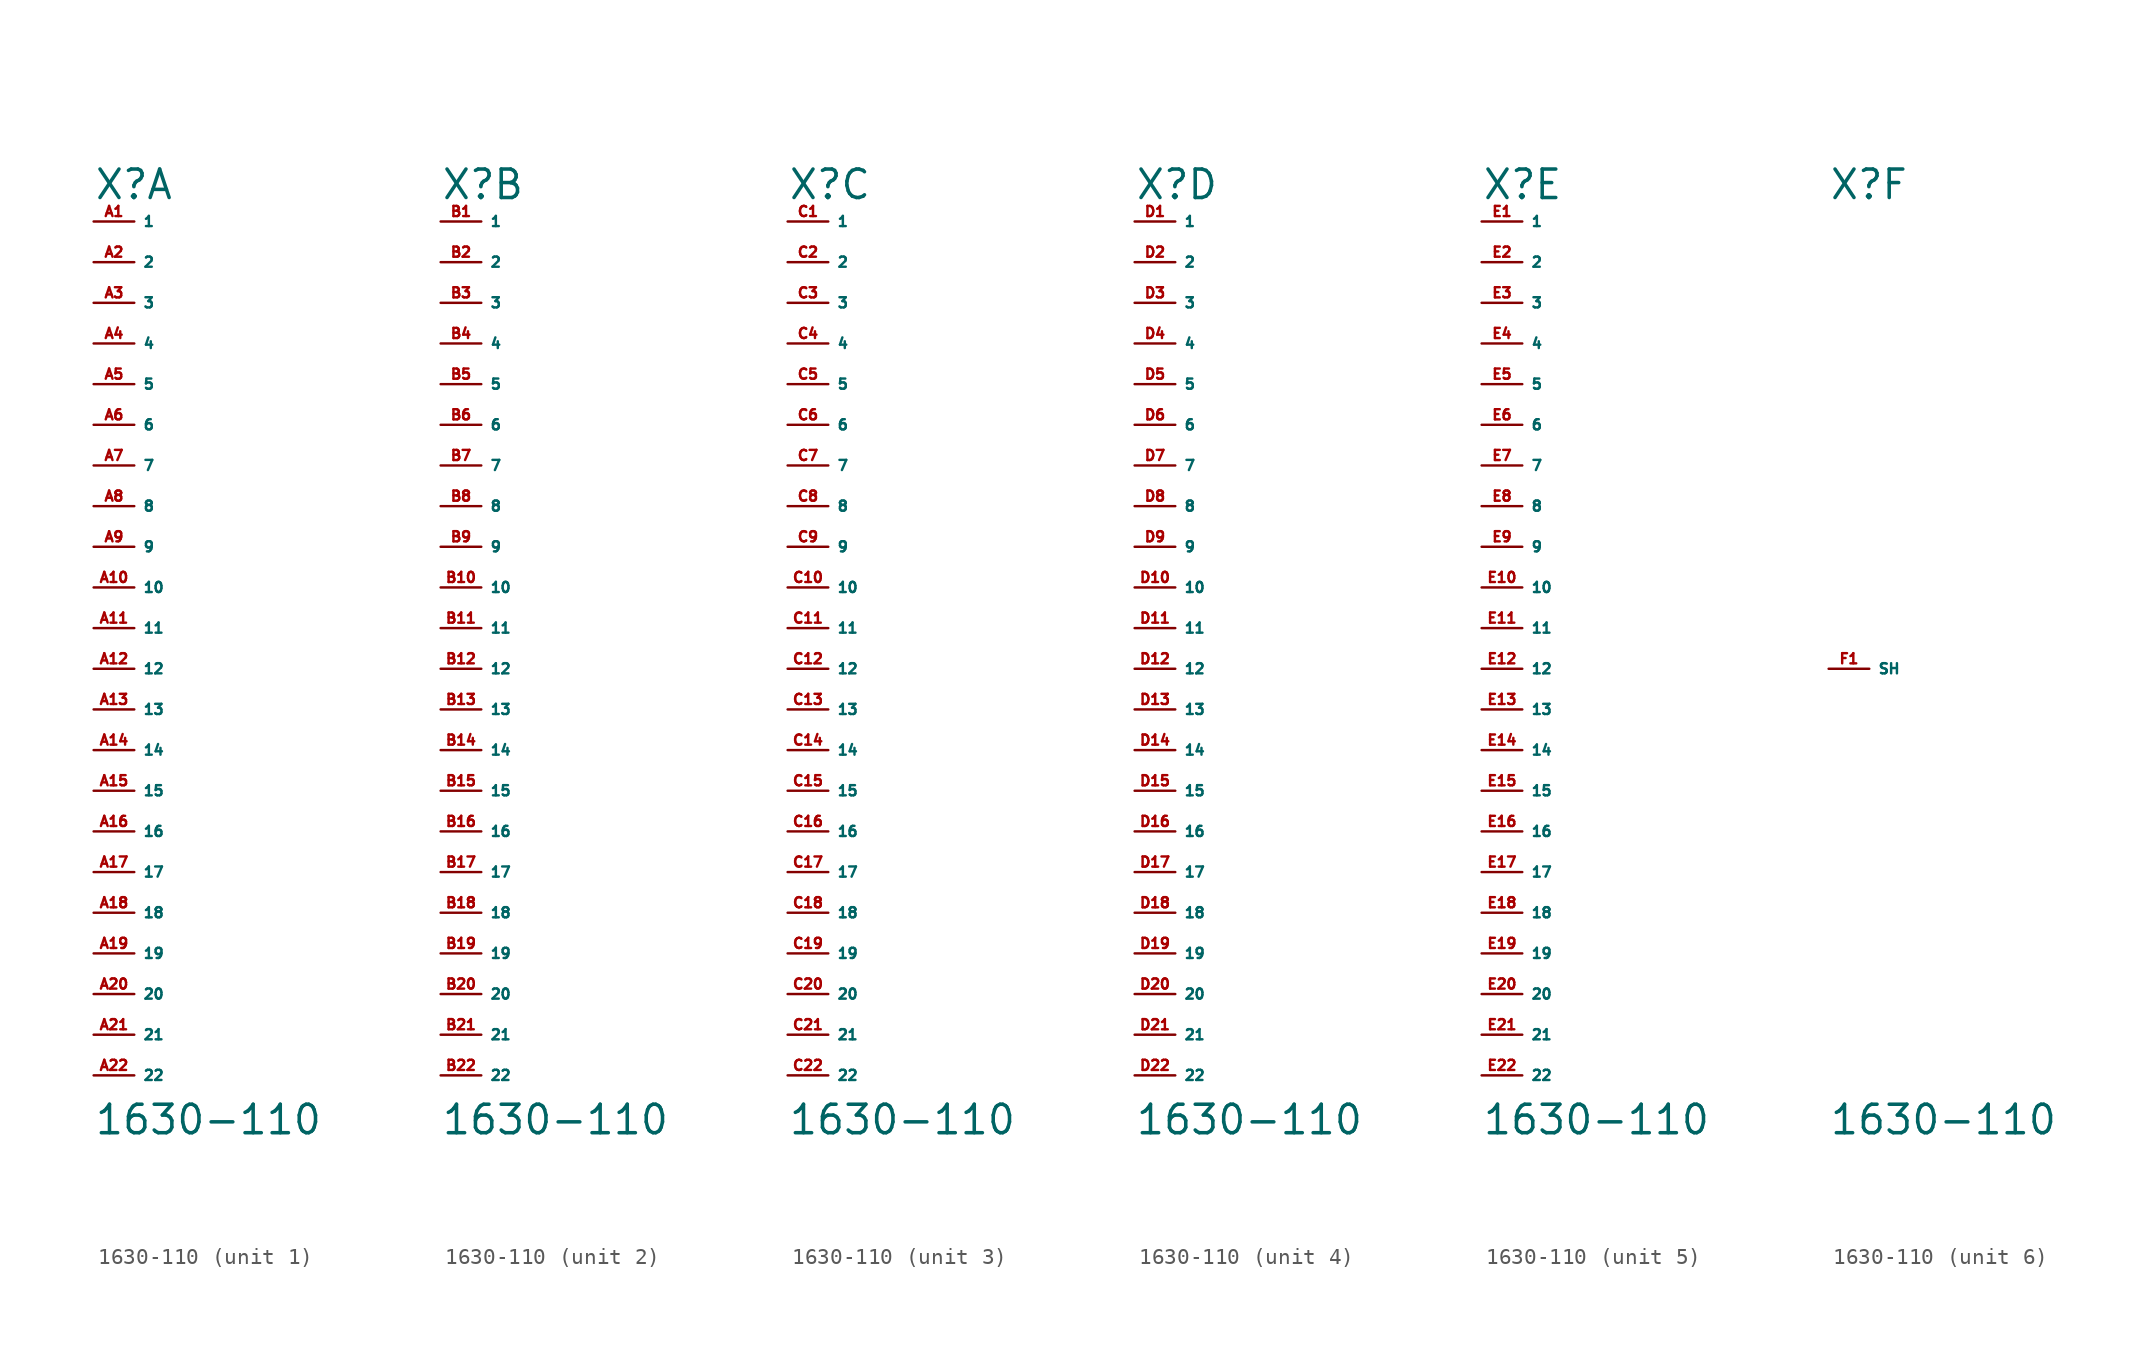
<source format=kicad_sym>
(kicad_symbol_lib
  (version 20220914)
  (generator Eagle2Kicad)
  (symbol "1630-110"
    (property "Reference" "X"
      (at -2.54 29.21 0)
      (effects (font (size 1.778 1.778) (thickness 0.22)) (justify left bottom)))
    (property "Value" "1630-110"
      (at -2.54 -29.21 0)
      (effects (font (size 1.778 1.778) (thickness 0.22)) (justify left bottom)))
    (symbol "1630-110_1_0"
      (pin passive line (at -2.54 27.94 0) (length 2.54) (name "1" (effects (font (size 0.635 0.635) (thickness 0.08)) (justify left bottom))) (number "A1" (effects (font (size 0.635 0.635) (thickness 0.08)) (justify left bottom))))
      (pin passive line (at -2.54 25.4 0) (length 2.54) (name "2" (effects (font (size 0.635 0.635) (thickness 0.08)) (justify left bottom))) (number "A2" (effects (font (size 0.635 0.635) (thickness 0.08)) (justify left bottom))))
      (pin passive line (at -2.54 22.86 0) (length 2.54) (name "3" (effects (font (size 0.635 0.635) (thickness 0.08)) (justify left bottom))) (number "A3" (effects (font (size 0.635 0.635) (thickness 0.08)) (justify left bottom))))
      (pin passive line (at -2.54 20.32 0) (length 2.54) (name "4" (effects (font (size 0.635 0.635) (thickness 0.08)) (justify left bottom))) (number "A4" (effects (font (size 0.635 0.635) (thickness 0.08)) (justify left bottom))))
      (pin passive line (at -2.54 17.78 0) (length 2.54) (name "5" (effects (font (size 0.635 0.635) (thickness 0.08)) (justify left bottom))) (number "A5" (effects (font (size 0.635 0.635) (thickness 0.08)) (justify left bottom))))
      (pin passive line (at -2.54 15.24 0) (length 2.54) (name "6" (effects (font (size 0.635 0.635) (thickness 0.08)) (justify left bottom))) (number "A6" (effects (font (size 0.635 0.635) (thickness 0.08)) (justify left bottom))))
      (pin passive line (at -2.54 12.7 0) (length 2.54) (name "7" (effects (font (size 0.635 0.635) (thickness 0.08)) (justify left bottom))) (number "A7" (effects (font (size 0.635 0.635) (thickness 0.08)) (justify left bottom))))
      (pin passive line (at -2.54 10.16 0) (length 2.54) (name "8" (effects (font (size 0.635 0.635) (thickness 0.08)) (justify left bottom))) (number "A8" (effects (font (size 0.635 0.635) (thickness 0.08)) (justify left bottom))))
      (pin passive line (at -2.54 7.62 0) (length 2.54) (name "9" (effects (font (size 0.635 0.635) (thickness 0.08)) (justify left bottom))) (number "A9" (effects (font (size 0.635 0.635) (thickness 0.08)) (justify left bottom))))
      (pin passive line (at -2.54 5.08 0) (length 2.54) (name "10" (effects (font (size 0.635 0.635) (thickness 0.08)) (justify left bottom))) (number "A10" (effects (font (size 0.635 0.635) (thickness 0.08)) (justify left bottom))))
      (pin passive line (at -2.54 2.54 0) (length 2.54) (name "11" (effects (font (size 0.635 0.635) (thickness 0.08)) (justify left bottom))) (number "A11" (effects (font (size 0.635 0.635) (thickness 0.08)) (justify left bottom))))
      (pin passive line (at -2.54 0 0) (length 2.54) (name "12" (effects (font (size 0.635 0.635) (thickness 0.08)) (justify left bottom))) (number "A12" (effects (font (size 0.635 0.635) (thickness 0.08)) (justify left bottom))))
      (pin passive line (at -2.54 -2.54 0) (length 2.54) (name "13" (effects (font (size 0.635 0.635) (thickness 0.08)) (justify left bottom))) (number "A13" (effects (font (size 0.635 0.635) (thickness 0.08)) (justify left bottom))))
      (pin passive line (at -2.54 -5.08 0) (length 2.54) (name "14" (effects (font (size 0.635 0.635) (thickness 0.08)) (justify left bottom))) (number "A14" (effects (font (size 0.635 0.635) (thickness 0.08)) (justify left bottom))))
      (pin passive line (at -2.54 -7.62 0) (length 2.54) (name "15" (effects (font (size 0.635 0.635) (thickness 0.08)) (justify left bottom))) (number "A15" (effects (font (size 0.635 0.635) (thickness 0.08)) (justify left bottom))))
      (pin passive line (at -2.54 -10.16 0) (length 2.54) (name "16" (effects (font (size 0.635 0.635) (thickness 0.08)) (justify left bottom))) (number "A16" (effects (font (size 0.635 0.635) (thickness 0.08)) (justify left bottom))))
      (pin passive line (at -2.54 -12.7 0) (length 2.54) (name "17" (effects (font (size 0.635 0.635) (thickness 0.08)) (justify left bottom))) (number "A17" (effects (font (size 0.635 0.635) (thickness 0.08)) (justify left bottom))))
      (pin passive line (at -2.54 -15.24 0) (length 2.54) (name "18" (effects (font (size 0.635 0.635) (thickness 0.08)) (justify left bottom))) (number "A18" (effects (font (size 0.635 0.635) (thickness 0.08)) (justify left bottom))))
      (pin passive line (at -2.54 -17.78 0) (length 2.54) (name "19" (effects (font (size 0.635 0.635) (thickness 0.08)) (justify left bottom))) (number "A19" (effects (font (size 0.635 0.635) (thickness 0.08)) (justify left bottom))))
      (pin passive line (at -2.54 -20.32 0) (length 2.54) (name "20" (effects (font (size 0.635 0.635) (thickness 0.08)) (justify left bottom))) (number "A20" (effects (font (size 0.635 0.635) (thickness 0.08)) (justify left bottom))))
      (pin passive line (at -2.54 -22.86 0) (length 2.54) (name "21" (effects (font (size 0.635 0.635) (thickness 0.08)) (justify left bottom))) (number "A21" (effects (font (size 0.635 0.635) (thickness 0.08)) (justify left bottom))))
      (pin passive line (at -2.54 -25.4 0) (length 2.54) (name "22" (effects (font (size 0.635 0.635) (thickness 0.08)) (justify left bottom))) (number "A22" (effects (font (size 0.635 0.635) (thickness 0.08)) (justify left bottom)))))
    (symbol "1630-110_2_0"
      (pin passive line (at -2.54 27.94 0) (length 2.54) (name "1" (effects (font (size 0.635 0.635) (thickness 0.08)) (justify left bottom))) (number "B1" (effects (font (size 0.635 0.635) (thickness 0.08)) (justify left bottom))))
      (pin passive line (at -2.54 25.4 0) (length 2.54) (name "2" (effects (font (size 0.635 0.635) (thickness 0.08)) (justify left bottom))) (number "B2" (effects (font (size 0.635 0.635) (thickness 0.08)) (justify left bottom))))
      (pin passive line (at -2.54 22.86 0) (length 2.54) (name "3" (effects (font (size 0.635 0.635) (thickness 0.08)) (justify left bottom))) (number "B3" (effects (font (size 0.635 0.635) (thickness 0.08)) (justify left bottom))))
      (pin passive line (at -2.54 20.32 0) (length 2.54) (name "4" (effects (font (size 0.635 0.635) (thickness 0.08)) (justify left bottom))) (number "B4" (effects (font (size 0.635 0.635) (thickness 0.08)) (justify left bottom))))
      (pin passive line (at -2.54 17.78 0) (length 2.54) (name "5" (effects (font (size 0.635 0.635) (thickness 0.08)) (justify left bottom))) (number "B5" (effects (font (size 0.635 0.635) (thickness 0.08)) (justify left bottom))))
      (pin passive line (at -2.54 15.24 0) (length 2.54) (name "6" (effects (font (size 0.635 0.635) (thickness 0.08)) (justify left bottom))) (number "B6" (effects (font (size 0.635 0.635) (thickness 0.08)) (justify left bottom))))
      (pin passive line (at -2.54 12.7 0) (length 2.54) (name "7" (effects (font (size 0.635 0.635) (thickness 0.08)) (justify left bottom))) (number "B7" (effects (font (size 0.635 0.635) (thickness 0.08)) (justify left bottom))))
      (pin passive line (at -2.54 10.16 0) (length 2.54) (name "8" (effects (font (size 0.635 0.635) (thickness 0.08)) (justify left bottom))) (number "B8" (effects (font (size 0.635 0.635) (thickness 0.08)) (justify left bottom))))
      (pin passive line (at -2.54 7.62 0) (length 2.54) (name "9" (effects (font (size 0.635 0.635) (thickness 0.08)) (justify left bottom))) (number "B9" (effects (font (size 0.635 0.635) (thickness 0.08)) (justify left bottom))))
      (pin passive line (at -2.54 5.08 0) (length 2.54) (name "10" (effects (font (size 0.635 0.635) (thickness 0.08)) (justify left bottom))) (number "B10" (effects (font (size 0.635 0.635) (thickness 0.08)) (justify left bottom))))
      (pin passive line (at -2.54 2.54 0) (length 2.54) (name "11" (effects (font (size 0.635 0.635) (thickness 0.08)) (justify left bottom))) (number "B11" (effects (font (size 0.635 0.635) (thickness 0.08)) (justify left bottom))))
      (pin passive line (at -2.54 0 0) (length 2.54) (name "12" (effects (font (size 0.635 0.635) (thickness 0.08)) (justify left bottom))) (number "B12" (effects (font (size 0.635 0.635) (thickness 0.08)) (justify left bottom))))
      (pin passive line (at -2.54 -2.54 0) (length 2.54) (name "13" (effects (font (size 0.635 0.635) (thickness 0.08)) (justify left bottom))) (number "B13" (effects (font (size 0.635 0.635) (thickness 0.08)) (justify left bottom))))
      (pin passive line (at -2.54 -5.08 0) (length 2.54) (name "14" (effects (font (size 0.635 0.635) (thickness 0.08)) (justify left bottom))) (number "B14" (effects (font (size 0.635 0.635) (thickness 0.08)) (justify left bottom))))
      (pin passive line (at -2.54 -7.62 0) (length 2.54) (name "15" (effects (font (size 0.635 0.635) (thickness 0.08)) (justify left bottom))) (number "B15" (effects (font (size 0.635 0.635) (thickness 0.08)) (justify left bottom))))
      (pin passive line (at -2.54 -10.16 0) (length 2.54) (name "16" (effects (font (size 0.635 0.635) (thickness 0.08)) (justify left bottom))) (number "B16" (effects (font (size 0.635 0.635) (thickness 0.08)) (justify left bottom))))
      (pin passive line (at -2.54 -12.7 0) (length 2.54) (name "17" (effects (font (size 0.635 0.635) (thickness 0.08)) (justify left bottom))) (number "B17" (effects (font (size 0.635 0.635) (thickness 0.08)) (justify left bottom))))
      (pin passive line (at -2.54 -15.24 0) (length 2.54) (name "18" (effects (font (size 0.635 0.635) (thickness 0.08)) (justify left bottom))) (number "B18" (effects (font (size 0.635 0.635) (thickness 0.08)) (justify left bottom))))
      (pin passive line (at -2.54 -17.78 0) (length 2.54) (name "19" (effects (font (size 0.635 0.635) (thickness 0.08)) (justify left bottom))) (number "B19" (effects (font (size 0.635 0.635) (thickness 0.08)) (justify left bottom))))
      (pin passive line (at -2.54 -20.32 0) (length 2.54) (name "20" (effects (font (size 0.635 0.635) (thickness 0.08)) (justify left bottom))) (number "B20" (effects (font (size 0.635 0.635) (thickness 0.08)) (justify left bottom))))
      (pin passive line (at -2.54 -22.86 0) (length 2.54) (name "21" (effects (font (size 0.635 0.635) (thickness 0.08)) (justify left bottom))) (number "B21" (effects (font (size 0.635 0.635) (thickness 0.08)) (justify left bottom))))
      (pin passive line (at -2.54 -25.4 0) (length 2.54) (name "22" (effects (font (size 0.635 0.635) (thickness 0.08)) (justify left bottom))) (number "B22" (effects (font (size 0.635 0.635) (thickness 0.08)) (justify left bottom)))))
    (symbol "1630-110_3_0"
      (pin passive line (at -2.54 27.94 0) (length 2.54) (name "1" (effects (font (size 0.635 0.635) (thickness 0.08)) (justify left bottom))) (number "C1" (effects (font (size 0.635 0.635) (thickness 0.08)) (justify left bottom))))
      (pin passive line (at -2.54 25.4 0) (length 2.54) (name "2" (effects (font (size 0.635 0.635) (thickness 0.08)) (justify left bottom))) (number "C2" (effects (font (size 0.635 0.635) (thickness 0.08)) (justify left bottom))))
      (pin passive line (at -2.54 22.86 0) (length 2.54) (name "3" (effects (font (size 0.635 0.635) (thickness 0.08)) (justify left bottom))) (number "C3" (effects (font (size 0.635 0.635) (thickness 0.08)) (justify left bottom))))
      (pin passive line (at -2.54 20.32 0) (length 2.54) (name "4" (effects (font (size 0.635 0.635) (thickness 0.08)) (justify left bottom))) (number "C4" (effects (font (size 0.635 0.635) (thickness 0.08)) (justify left bottom))))
      (pin passive line (at -2.54 17.78 0) (length 2.54) (name "5" (effects (font (size 0.635 0.635) (thickness 0.08)) (justify left bottom))) (number "C5" (effects (font (size 0.635 0.635) (thickness 0.08)) (justify left bottom))))
      (pin passive line (at -2.54 15.24 0) (length 2.54) (name "6" (effects (font (size 0.635 0.635) (thickness 0.08)) (justify left bottom))) (number "C6" (effects (font (size 0.635 0.635) (thickness 0.08)) (justify left bottom))))
      (pin passive line (at -2.54 12.7 0) (length 2.54) (name "7" (effects (font (size 0.635 0.635) (thickness 0.08)) (justify left bottom))) (number "C7" (effects (font (size 0.635 0.635) (thickness 0.08)) (justify left bottom))))
      (pin passive line (at -2.54 10.16 0) (length 2.54) (name "8" (effects (font (size 0.635 0.635) (thickness 0.08)) (justify left bottom))) (number "C8" (effects (font (size 0.635 0.635) (thickness 0.08)) (justify left bottom))))
      (pin passive line (at -2.54 7.62 0) (length 2.54) (name "9" (effects (font (size 0.635 0.635) (thickness 0.08)) (justify left bottom))) (number "C9" (effects (font (size 0.635 0.635) (thickness 0.08)) (justify left bottom))))
      (pin passive line (at -2.54 5.08 0) (length 2.54) (name "10" (effects (font (size 0.635 0.635) (thickness 0.08)) (justify left bottom))) (number "C10" (effects (font (size 0.635 0.635) (thickness 0.08)) (justify left bottom))))
      (pin passive line (at -2.54 2.54 0) (length 2.54) (name "11" (effects (font (size 0.635 0.635) (thickness 0.08)) (justify left bottom))) (number "C11" (effects (font (size 0.635 0.635) (thickness 0.08)) (justify left bottom))))
      (pin passive line (at -2.54 0 0) (length 2.54) (name "12" (effects (font (size 0.635 0.635) (thickness 0.08)) (justify left bottom))) (number "C12" (effects (font (size 0.635 0.635) (thickness 0.08)) (justify left bottom))))
      (pin passive line (at -2.54 -2.54 0) (length 2.54) (name "13" (effects (font (size 0.635 0.635) (thickness 0.08)) (justify left bottom))) (number "C13" (effects (font (size 0.635 0.635) (thickness 0.08)) (justify left bottom))))
      (pin passive line (at -2.54 -5.08 0) (length 2.54) (name "14" (effects (font (size 0.635 0.635) (thickness 0.08)) (justify left bottom))) (number "C14" (effects (font (size 0.635 0.635) (thickness 0.08)) (justify left bottom))))
      (pin passive line (at -2.54 -7.62 0) (length 2.54) (name "15" (effects (font (size 0.635 0.635) (thickness 0.08)) (justify left bottom))) (number "C15" (effects (font (size 0.635 0.635) (thickness 0.08)) (justify left bottom))))
      (pin passive line (at -2.54 -10.16 0) (length 2.54) (name "16" (effects (font (size 0.635 0.635) (thickness 0.08)) (justify left bottom))) (number "C16" (effects (font (size 0.635 0.635) (thickness 0.08)) (justify left bottom))))
      (pin passive line (at -2.54 -12.7 0) (length 2.54) (name "17" (effects (font (size 0.635 0.635) (thickness 0.08)) (justify left bottom))) (number "C17" (effects (font (size 0.635 0.635) (thickness 0.08)) (justify left bottom))))
      (pin passive line (at -2.54 -15.24 0) (length 2.54) (name "18" (effects (font (size 0.635 0.635) (thickness 0.08)) (justify left bottom))) (number "C18" (effects (font (size 0.635 0.635) (thickness 0.08)) (justify left bottom))))
      (pin passive line (at -2.54 -17.78 0) (length 2.54) (name "19" (effects (font (size 0.635 0.635) (thickness 0.08)) (justify left bottom))) (number "C19" (effects (font (size 0.635 0.635) (thickness 0.08)) (justify left bottom))))
      (pin passive line (at -2.54 -20.32 0) (length 2.54) (name "20" (effects (font (size 0.635 0.635) (thickness 0.08)) (justify left bottom))) (number "C20" (effects (font (size 0.635 0.635) (thickness 0.08)) (justify left bottom))))
      (pin passive line (at -2.54 -22.86 0) (length 2.54) (name "21" (effects (font (size 0.635 0.635) (thickness 0.08)) (justify left bottom))) (number "C21" (effects (font (size 0.635 0.635) (thickness 0.08)) (justify left bottom))))
      (pin passive line (at -2.54 -25.4 0) (length 2.54) (name "22" (effects (font (size 0.635 0.635) (thickness 0.08)) (justify left bottom))) (number "C22" (effects (font (size 0.635 0.635) (thickness 0.08)) (justify left bottom)))))
    (symbol "1630-110_4_0"
      (pin passive line (at -2.54 27.94 0) (length 2.54) (name "1" (effects (font (size 0.635 0.635) (thickness 0.08)) (justify left bottom))) (number "D1" (effects (font (size 0.635 0.635) (thickness 0.08)) (justify left bottom))))
      (pin passive line (at -2.54 25.4 0) (length 2.54) (name "2" (effects (font (size 0.635 0.635) (thickness 0.08)) (justify left bottom))) (number "D2" (effects (font (size 0.635 0.635) (thickness 0.08)) (justify left bottom))))
      (pin passive line (at -2.54 22.86 0) (length 2.54) (name "3" (effects (font (size 0.635 0.635) (thickness 0.08)) (justify left bottom))) (number "D3" (effects (font (size 0.635 0.635) (thickness 0.08)) (justify left bottom))))
      (pin passive line (at -2.54 20.32 0) (length 2.54) (name "4" (effects (font (size 0.635 0.635) (thickness 0.08)) (justify left bottom))) (number "D4" (effects (font (size 0.635 0.635) (thickness 0.08)) (justify left bottom))))
      (pin passive line (at -2.54 17.78 0) (length 2.54) (name "5" (effects (font (size 0.635 0.635) (thickness 0.08)) (justify left bottom))) (number "D5" (effects (font (size 0.635 0.635) (thickness 0.08)) (justify left bottom))))
      (pin passive line (at -2.54 15.24 0) (length 2.54) (name "6" (effects (font (size 0.635 0.635) (thickness 0.08)) (justify left bottom))) (number "D6" (effects (font (size 0.635 0.635) (thickness 0.08)) (justify left bottom))))
      (pin passive line (at -2.54 12.7 0) (length 2.54) (name "7" (effects (font (size 0.635 0.635) (thickness 0.08)) (justify left bottom))) (number "D7" (effects (font (size 0.635 0.635) (thickness 0.08)) (justify left bottom))))
      (pin passive line (at -2.54 10.16 0) (length 2.54) (name "8" (effects (font (size 0.635 0.635) (thickness 0.08)) (justify left bottom))) (number "D8" (effects (font (size 0.635 0.635) (thickness 0.08)) (justify left bottom))))
      (pin passive line (at -2.54 7.62 0) (length 2.54) (name "9" (effects (font (size 0.635 0.635) (thickness 0.08)) (justify left bottom))) (number "D9" (effects (font (size 0.635 0.635) (thickness 0.08)) (justify left bottom))))
      (pin passive line (at -2.54 5.08 0) (length 2.54) (name "10" (effects (font (size 0.635 0.635) (thickness 0.08)) (justify left bottom))) (number "D10" (effects (font (size 0.635 0.635) (thickness 0.08)) (justify left bottom))))
      (pin passive line (at -2.54 2.54 0) (length 2.54) (name "11" (effects (font (size 0.635 0.635) (thickness 0.08)) (justify left bottom))) (number "D11" (effects (font (size 0.635 0.635) (thickness 0.08)) (justify left bottom))))
      (pin passive line (at -2.54 0 0) (length 2.54) (name "12" (effects (font (size 0.635 0.635) (thickness 0.08)) (justify left bottom))) (number "D12" (effects (font (size 0.635 0.635) (thickness 0.08)) (justify left bottom))))
      (pin passive line (at -2.54 -2.54 0) (length 2.54) (name "13" (effects (font (size 0.635 0.635) (thickness 0.08)) (justify left bottom))) (number "D13" (effects (font (size 0.635 0.635) (thickness 0.08)) (justify left bottom))))
      (pin passive line (at -2.54 -5.08 0) (length 2.54) (name "14" (effects (font (size 0.635 0.635) (thickness 0.08)) (justify left bottom))) (number "D14" (effects (font (size 0.635 0.635) (thickness 0.08)) (justify left bottom))))
      (pin passive line (at -2.54 -7.62 0) (length 2.54) (name "15" (effects (font (size 0.635 0.635) (thickness 0.08)) (justify left bottom))) (number "D15" (effects (font (size 0.635 0.635) (thickness 0.08)) (justify left bottom))))
      (pin passive line (at -2.54 -10.16 0) (length 2.54) (name "16" (effects (font (size 0.635 0.635) (thickness 0.08)) (justify left bottom))) (number "D16" (effects (font (size 0.635 0.635) (thickness 0.08)) (justify left bottom))))
      (pin passive line (at -2.54 -12.7 0) (length 2.54) (name "17" (effects (font (size 0.635 0.635) (thickness 0.08)) (justify left bottom))) (number "D17" (effects (font (size 0.635 0.635) (thickness 0.08)) (justify left bottom))))
      (pin passive line (at -2.54 -15.24 0) (length 2.54) (name "18" (effects (font (size 0.635 0.635) (thickness 0.08)) (justify left bottom))) (number "D18" (effects (font (size 0.635 0.635) (thickness 0.08)) (justify left bottom))))
      (pin passive line (at -2.54 -17.78 0) (length 2.54) (name "19" (effects (font (size 0.635 0.635) (thickness 0.08)) (justify left bottom))) (number "D19" (effects (font (size 0.635 0.635) (thickness 0.08)) (justify left bottom))))
      (pin passive line (at -2.54 -20.32 0) (length 2.54) (name "20" (effects (font (size 0.635 0.635) (thickness 0.08)) (justify left bottom))) (number "D20" (effects (font (size 0.635 0.635) (thickness 0.08)) (justify left bottom))))
      (pin passive line (at -2.54 -22.86 0) (length 2.54) (name "21" (effects (font (size 0.635 0.635) (thickness 0.08)) (justify left bottom))) (number "D21" (effects (font (size 0.635 0.635) (thickness 0.08)) (justify left bottom))))
      (pin passive line (at -2.54 -25.4 0) (length 2.54) (name "22" (effects (font (size 0.635 0.635) (thickness 0.08)) (justify left bottom))) (number "D22" (effects (font (size 0.635 0.635) (thickness 0.08)) (justify left bottom)))))
    (symbol "1630-110_5_0"
      (pin passive line (at -2.54 27.94 0) (length 2.54) (name "1" (effects (font (size 0.635 0.635) (thickness 0.08)) (justify left bottom))) (number "E1" (effects (font (size 0.635 0.635) (thickness 0.08)) (justify left bottom))))
      (pin passive line (at -2.54 25.4 0) (length 2.54) (name "2" (effects (font (size 0.635 0.635) (thickness 0.08)) (justify left bottom))) (number "E2" (effects (font (size 0.635 0.635) (thickness 0.08)) (justify left bottom))))
      (pin passive line (at -2.54 22.86 0) (length 2.54) (name "3" (effects (font (size 0.635 0.635) (thickness 0.08)) (justify left bottom))) (number "E3" (effects (font (size 0.635 0.635) (thickness 0.08)) (justify left bottom))))
      (pin passive line (at -2.54 20.32 0) (length 2.54) (name "4" (effects (font (size 0.635 0.635) (thickness 0.08)) (justify left bottom))) (number "E4" (effects (font (size 0.635 0.635) (thickness 0.08)) (justify left bottom))))
      (pin passive line (at -2.54 17.78 0) (length 2.54) (name "5" (effects (font (size 0.635 0.635) (thickness 0.08)) (justify left bottom))) (number "E5" (effects (font (size 0.635 0.635) (thickness 0.08)) (justify left bottom))))
      (pin passive line (at -2.54 15.24 0) (length 2.54) (name "6" (effects (font (size 0.635 0.635) (thickness 0.08)) (justify left bottom))) (number "E6" (effects (font (size 0.635 0.635) (thickness 0.08)) (justify left bottom))))
      (pin passive line (at -2.54 12.7 0) (length 2.54) (name "7" (effects (font (size 0.635 0.635) (thickness 0.08)) (justify left bottom))) (number "E7" (effects (font (size 0.635 0.635) (thickness 0.08)) (justify left bottom))))
      (pin passive line (at -2.54 10.16 0) (length 2.54) (name "8" (effects (font (size 0.635 0.635) (thickness 0.08)) (justify left bottom))) (number "E8" (effects (font (size 0.635 0.635) (thickness 0.08)) (justify left bottom))))
      (pin passive line (at -2.54 7.62 0) (length 2.54) (name "9" (effects (font (size 0.635 0.635) (thickness 0.08)) (justify left bottom))) (number "E9" (effects (font (size 0.635 0.635) (thickness 0.08)) (justify left bottom))))
      (pin passive line (at -2.54 5.08 0) (length 2.54) (name "10" (effects (font (size 0.635 0.635) (thickness 0.08)) (justify left bottom))) (number "E10" (effects (font (size 0.635 0.635) (thickness 0.08)) (justify left bottom))))
      (pin passive line (at -2.54 2.54 0) (length 2.54) (name "11" (effects (font (size 0.635 0.635) (thickness 0.08)) (justify left bottom))) (number "E11" (effects (font (size 0.635 0.635) (thickness 0.08)) (justify left bottom))))
      (pin passive line (at -2.54 0 0) (length 2.54) (name "12" (effects (font (size 0.635 0.635) (thickness 0.08)) (justify left bottom))) (number "E12" (effects (font (size 0.635 0.635) (thickness 0.08)) (justify left bottom))))
      (pin passive line (at -2.54 -2.54 0) (length 2.54) (name "13" (effects (font (size 0.635 0.635) (thickness 0.08)) (justify left bottom))) (number "E13" (effects (font (size 0.635 0.635) (thickness 0.08)) (justify left bottom))))
      (pin passive line (at -2.54 -5.08 0) (length 2.54) (name "14" (effects (font (size 0.635 0.635) (thickness 0.08)) (justify left bottom))) (number "E14" (effects (font (size 0.635 0.635) (thickness 0.08)) (justify left bottom))))
      (pin passive line (at -2.54 -7.62 0) (length 2.54) (name "15" (effects (font (size 0.635 0.635) (thickness 0.08)) (justify left bottom))) (number "E15" (effects (font (size 0.635 0.635) (thickness 0.08)) (justify left bottom))))
      (pin passive line (at -2.54 -10.16 0) (length 2.54) (name "16" (effects (font (size 0.635 0.635) (thickness 0.08)) (justify left bottom))) (number "E16" (effects (font (size 0.635 0.635) (thickness 0.08)) (justify left bottom))))
      (pin passive line (at -2.54 -12.7 0) (length 2.54) (name "17" (effects (font (size 0.635 0.635) (thickness 0.08)) (justify left bottom))) (number "E17" (effects (font (size 0.635 0.635) (thickness 0.08)) (justify left bottom))))
      (pin passive line (at -2.54 -15.24 0) (length 2.54) (name "18" (effects (font (size 0.635 0.635) (thickness 0.08)) (justify left bottom))) (number "E18" (effects (font (size 0.635 0.635) (thickness 0.08)) (justify left bottom))))
      (pin passive line (at -2.54 -17.78 0) (length 2.54) (name "19" (effects (font (size 0.635 0.635) (thickness 0.08)) (justify left bottom))) (number "E19" (effects (font (size 0.635 0.635) (thickness 0.08)) (justify left bottom))))
      (pin passive line (at -2.54 -20.32 0) (length 2.54) (name "20" (effects (font (size 0.635 0.635) (thickness 0.08)) (justify left bottom))) (number "E20" (effects (font (size 0.635 0.635) (thickness 0.08)) (justify left bottom))))
      (pin passive line (at -2.54 -22.86 0) (length 2.54) (name "21" (effects (font (size 0.635 0.635) (thickness 0.08)) (justify left bottom))) (number "E21" (effects (font (size 0.635 0.635) (thickness 0.08)) (justify left bottom))))
      (pin passive line (at -2.54 -25.4 0) (length 2.54) (name "22" (effects (font (size 0.635 0.635) (thickness 0.08)) (justify left bottom))) (number "E22" (effects (font (size 0.635 0.635) (thickness 0.08)) (justify left bottom)))))
    (symbol "1630-110_6_0"
      (pin passive line (at -2.54 0 0) (length 2.54) (name "SH" (effects (font (size 0.635 0.635) (thickness 0.08)) (justify left bottom))) (number "F1" (effects (font (size 0.635 0.635) (thickness 0.08)) (justify left bottom)))))))
</source>
